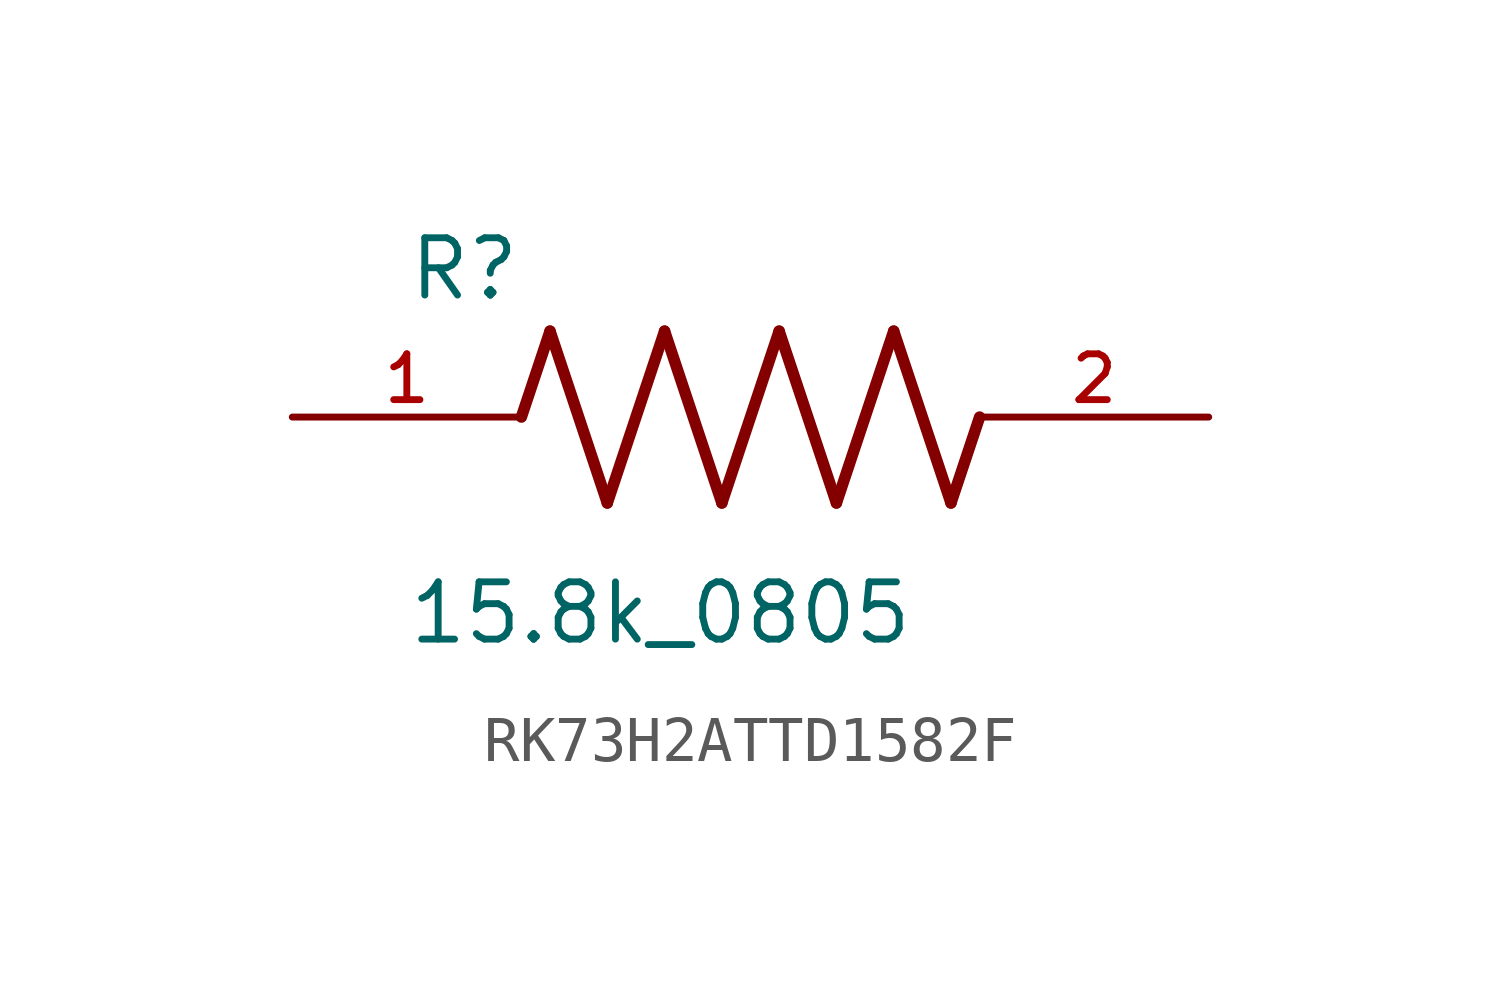
<source format=kicad_sym>
(kicad_symbol_lib
  (version 20220914)
  (generator kicad_symbol_editor)
  (symbol "RK73H2ATTD1582F"
    (pin_names
      (offset 1.016))
    (property "Reference" "R"
      (at -7.624 2.542 0)
      (effects (font (size 1.27 1.27)) (justify left bottom)))
    (property "Value" "15.8k_0805"
      (at -7.63 -5.087 0)
      (effects (font (size 1.27 1.27)) (justify left bottom)))
    (symbol "RK73H2ATTD1582F_0_0"
      (polyline (pts (xy -5.08 0) (xy -4.445 1.905)) (stroke (width 0.254) (type default)) (fill (type none)))
      (polyline (pts (xy -4.445 1.905) (xy -3.175 -1.905)) (stroke (width 0.254) (type default)) (fill (type none)))
      (polyline (pts (xy -3.175 -1.905) (xy -1.905 1.905)) (stroke (width 0.254) (type default)) (fill (type none)))
      (polyline (pts (xy -1.905 1.905) (xy -0.635 -1.905)) (stroke (width 0.254) (type default)) (fill (type none)))
      (polyline (pts (xy -0.635 -1.905) (xy 0.635 1.905)) (stroke (width 0.254) (type default)) (fill (type none)))
      (polyline (pts (xy 0.635 1.905) (xy 1.905 -1.905)) (stroke (width 0.254) (type default)) (fill (type none)))
      (polyline (pts (xy 1.905 -1.905) (xy 3.175 1.905)) (stroke (width 0.254) (type default)) (fill (type none)))
      (polyline (pts (xy 3.175 1.905) (xy 4.445 -1.905)) (stroke (width 0.254) (type default)) (fill (type none)))
      (polyline (pts (xy 4.445 -1.905) (xy 5.08 0)) (stroke (width 0.254) (type default)) (fill (type none)))
      (pin passive line (at -10.16 0 0) (length 5.08) (name "~" (effects (font (size 1.016 1.016)))) (number "1" (effects (font (size 1.016 1.016)))))
      (pin passive line (at 10.16 0 180) (length 5.08) (name "~" (effects (font (size 1.016 1.016)))) (number "2" (effects (font (size 1.016 1.016))))))))
</source>
